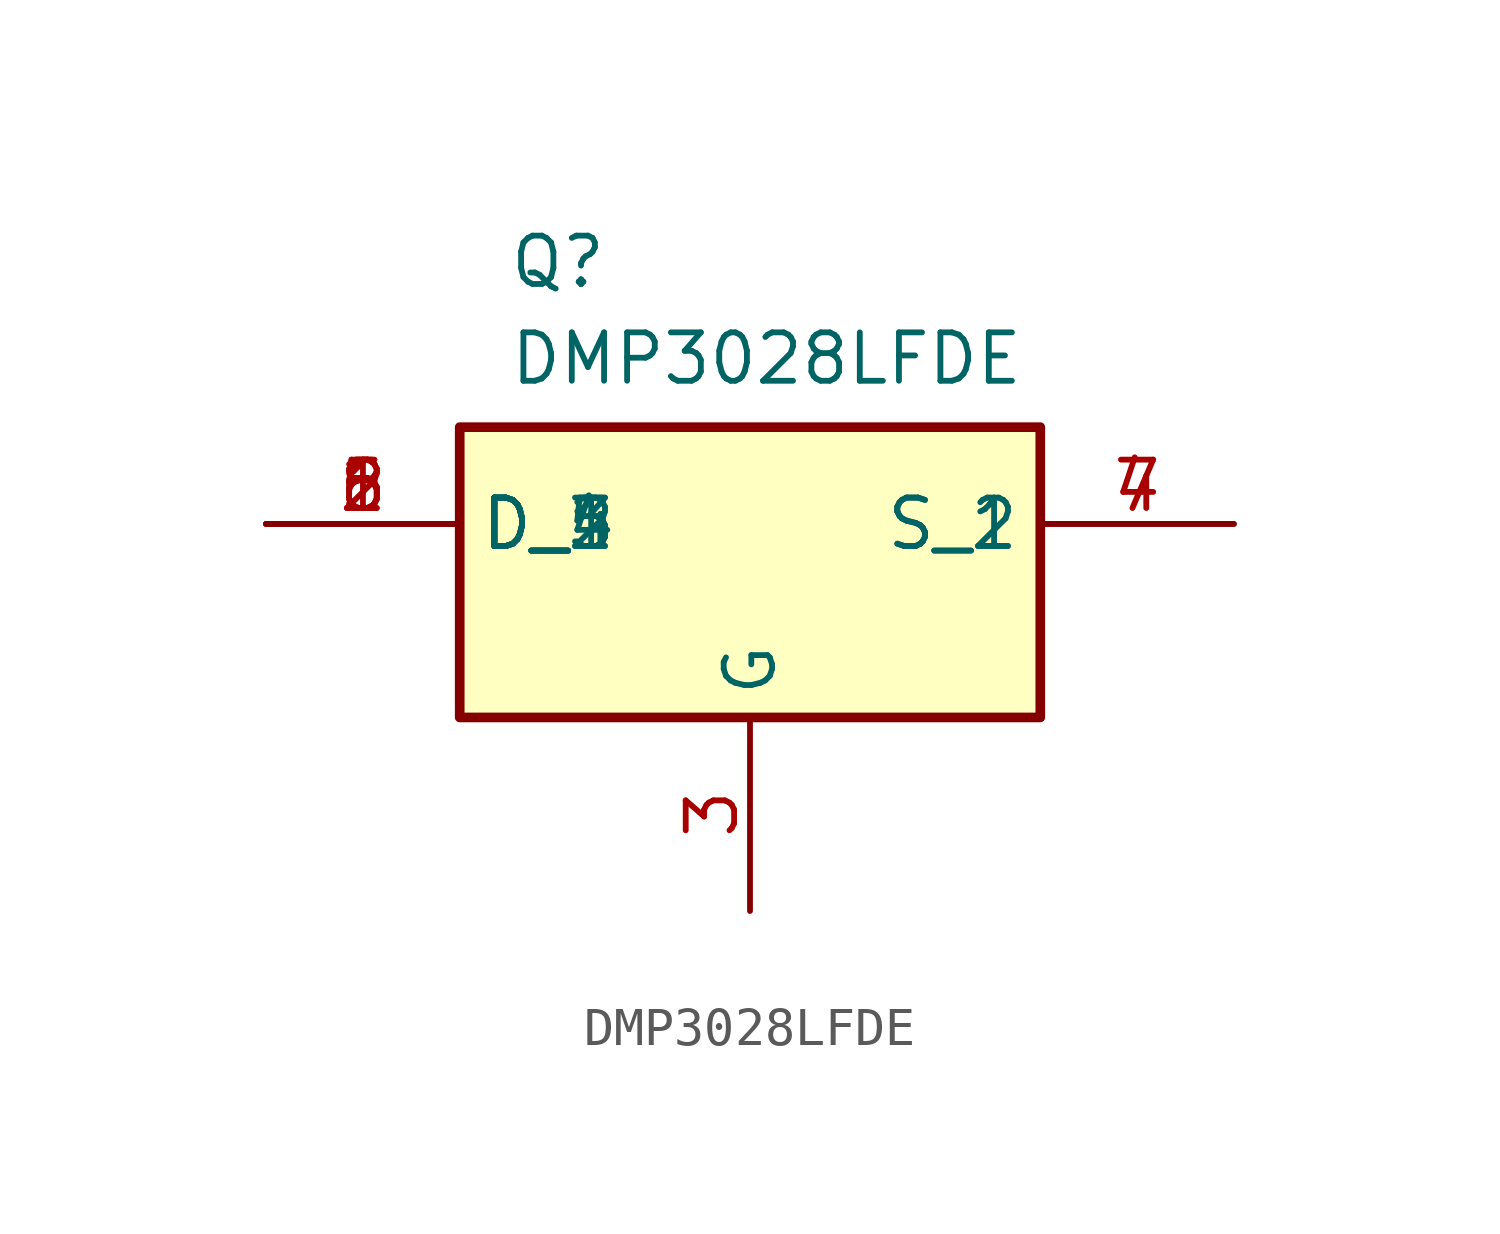
<source format=kicad_sym>
(kicad_symbol_lib
  (version 20220914)
  (generator kicad_symbol_editor)
  (symbol "DMP3028LFDE"
    (property "Reference" "Q"
      (at -6.35 8.89 0)
      (effects (font (size 1.27 1.27)) (justify left top)))
    (property "Value" "DMP3028LFDE"
      (at -6.35 6.35 0)
      (effects (font (size 1.27 1.27)) (justify left top)))
    (symbol "DMP3028LFDE_1_0"
      (pin passive line (at -12.7 1.27 0) (length 5.08) (name "D_5" (effects (font (size 1.27 1.27)))) (number "8" (effects (font (size 1.27 1.27))))))
    (symbol "DMP3028LFDE_1_1"
      (rectangle (start -7.62 3.81) (end 7.62 -3.81) (stroke (width 0.254) (type default)) (fill (type background)))
      (pin passive line (at -12.7 1.27 0) (length 5.08) (name "D_1" (effects (font (size 1.27 1.27)))) (number "1" (effects (font (size 1.27 1.27)))))
      (pin passive line (at -12.7 1.27 0) (length 5.08) (name "D_2" (effects (font (size 1.27 1.27)))) (number "2" (effects (font (size 1.27 1.27)))))
      (pin passive line (at 0 -8.89 90) (length 5.08) (name "G" (effects (font (size 1.27 1.27)))) (number "3" (effects (font (size 1.27 1.27)))))
      (pin passive line (at 12.7 1.27 180) (length 5.08) (name "S_1" (effects (font (size 1.27 1.27)))) (number "4" (effects (font (size 1.27 1.27)))))
      (pin passive line (at -12.7 1.27 0) (length 5.08) (name "D_3" (effects (font (size 1.27 1.27)))) (number "5" (effects (font (size 1.27 1.27)))))
      (pin passive line (at -12.7 1.27 0) (length 5.08) (name "D_4" (effects (font (size 1.27 1.27)))) (number "6" (effects (font (size 1.27 1.27)))))
      (pin passive line (at 12.7 1.27 180) (length 5.08) (name "S_2" (effects (font (size 1.27 1.27)))) (number "7" (effects (font (size 1.27 1.27))))))))
</source>
